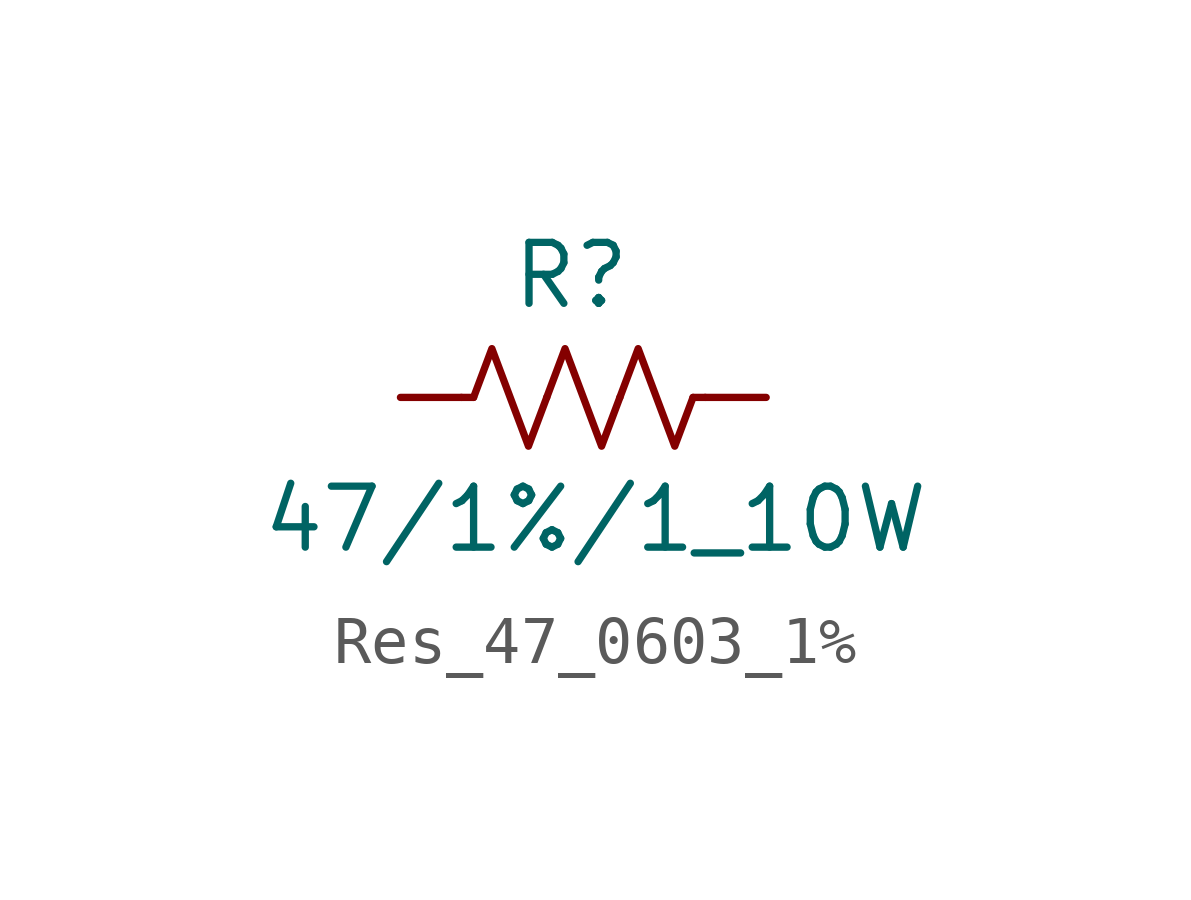
<source format=kicad_sym>
(kicad_symbol_lib
  (version 20231120)
  (generator "kicad_symbol_editor")
  (generator_version "8.0")
  (symbol "Res_47_0603_1%"
    (pin_numbers hide)
    (pin_names hide)
    (property "Reference" "R"
      (at 3.556 2.54 0)
      (effects (font (size 1.27 1.27))))
    (property "Value" "47/1%/1_10W"
      (at 4.064 -2.54 0)
      (effects (font (size 1.27 1.27))))
    (symbol "Res_47_0603_1%_0_1"
      (polyline (pts (xy 1.524 0) (xy 1.27 0)) (stroke (width 0) (type default)) (fill (type none)))
      (polyline (pts (xy 6.096 0) (xy 6.35 0)) (stroke (width 0) (type default)) (fill (type none)))
      (polyline (pts (xy 1.524 0) (xy 1.905 1.016) (xy 2.286 0) (xy 2.667 -1.016) (xy 3.048 0)) (stroke (width 0) (type default)) (fill (type none)))
      (polyline (pts (xy 3.048 0) (xy 3.429 1.016) (xy 3.81 0) (xy 4.191 -1.016) (xy 4.572 0)) (stroke (width 0) (type default)) (fill (type none)))
      (polyline (pts (xy 4.572 0) (xy 4.953 1.016) (xy 5.334 0) (xy 5.715 -1.016) (xy 6.096 0)) (stroke (width 0) (type default)) (fill (type none))))
    (symbol "Res_47_0603_1%_1_1"
      (pin passive line (at 0 0 0) (length 1.27) (name "~" (effects (font (size 1.27 1.27)))) (number "1" (effects (font (size 1.27 1.27)))))
      (pin passive line (at 7.62 0 180) (length 1.27) (name "~" (effects (font (size 1.27 1.27)))) (number "2" (effects (font (size 1.27 1.27))))))))
</source>
